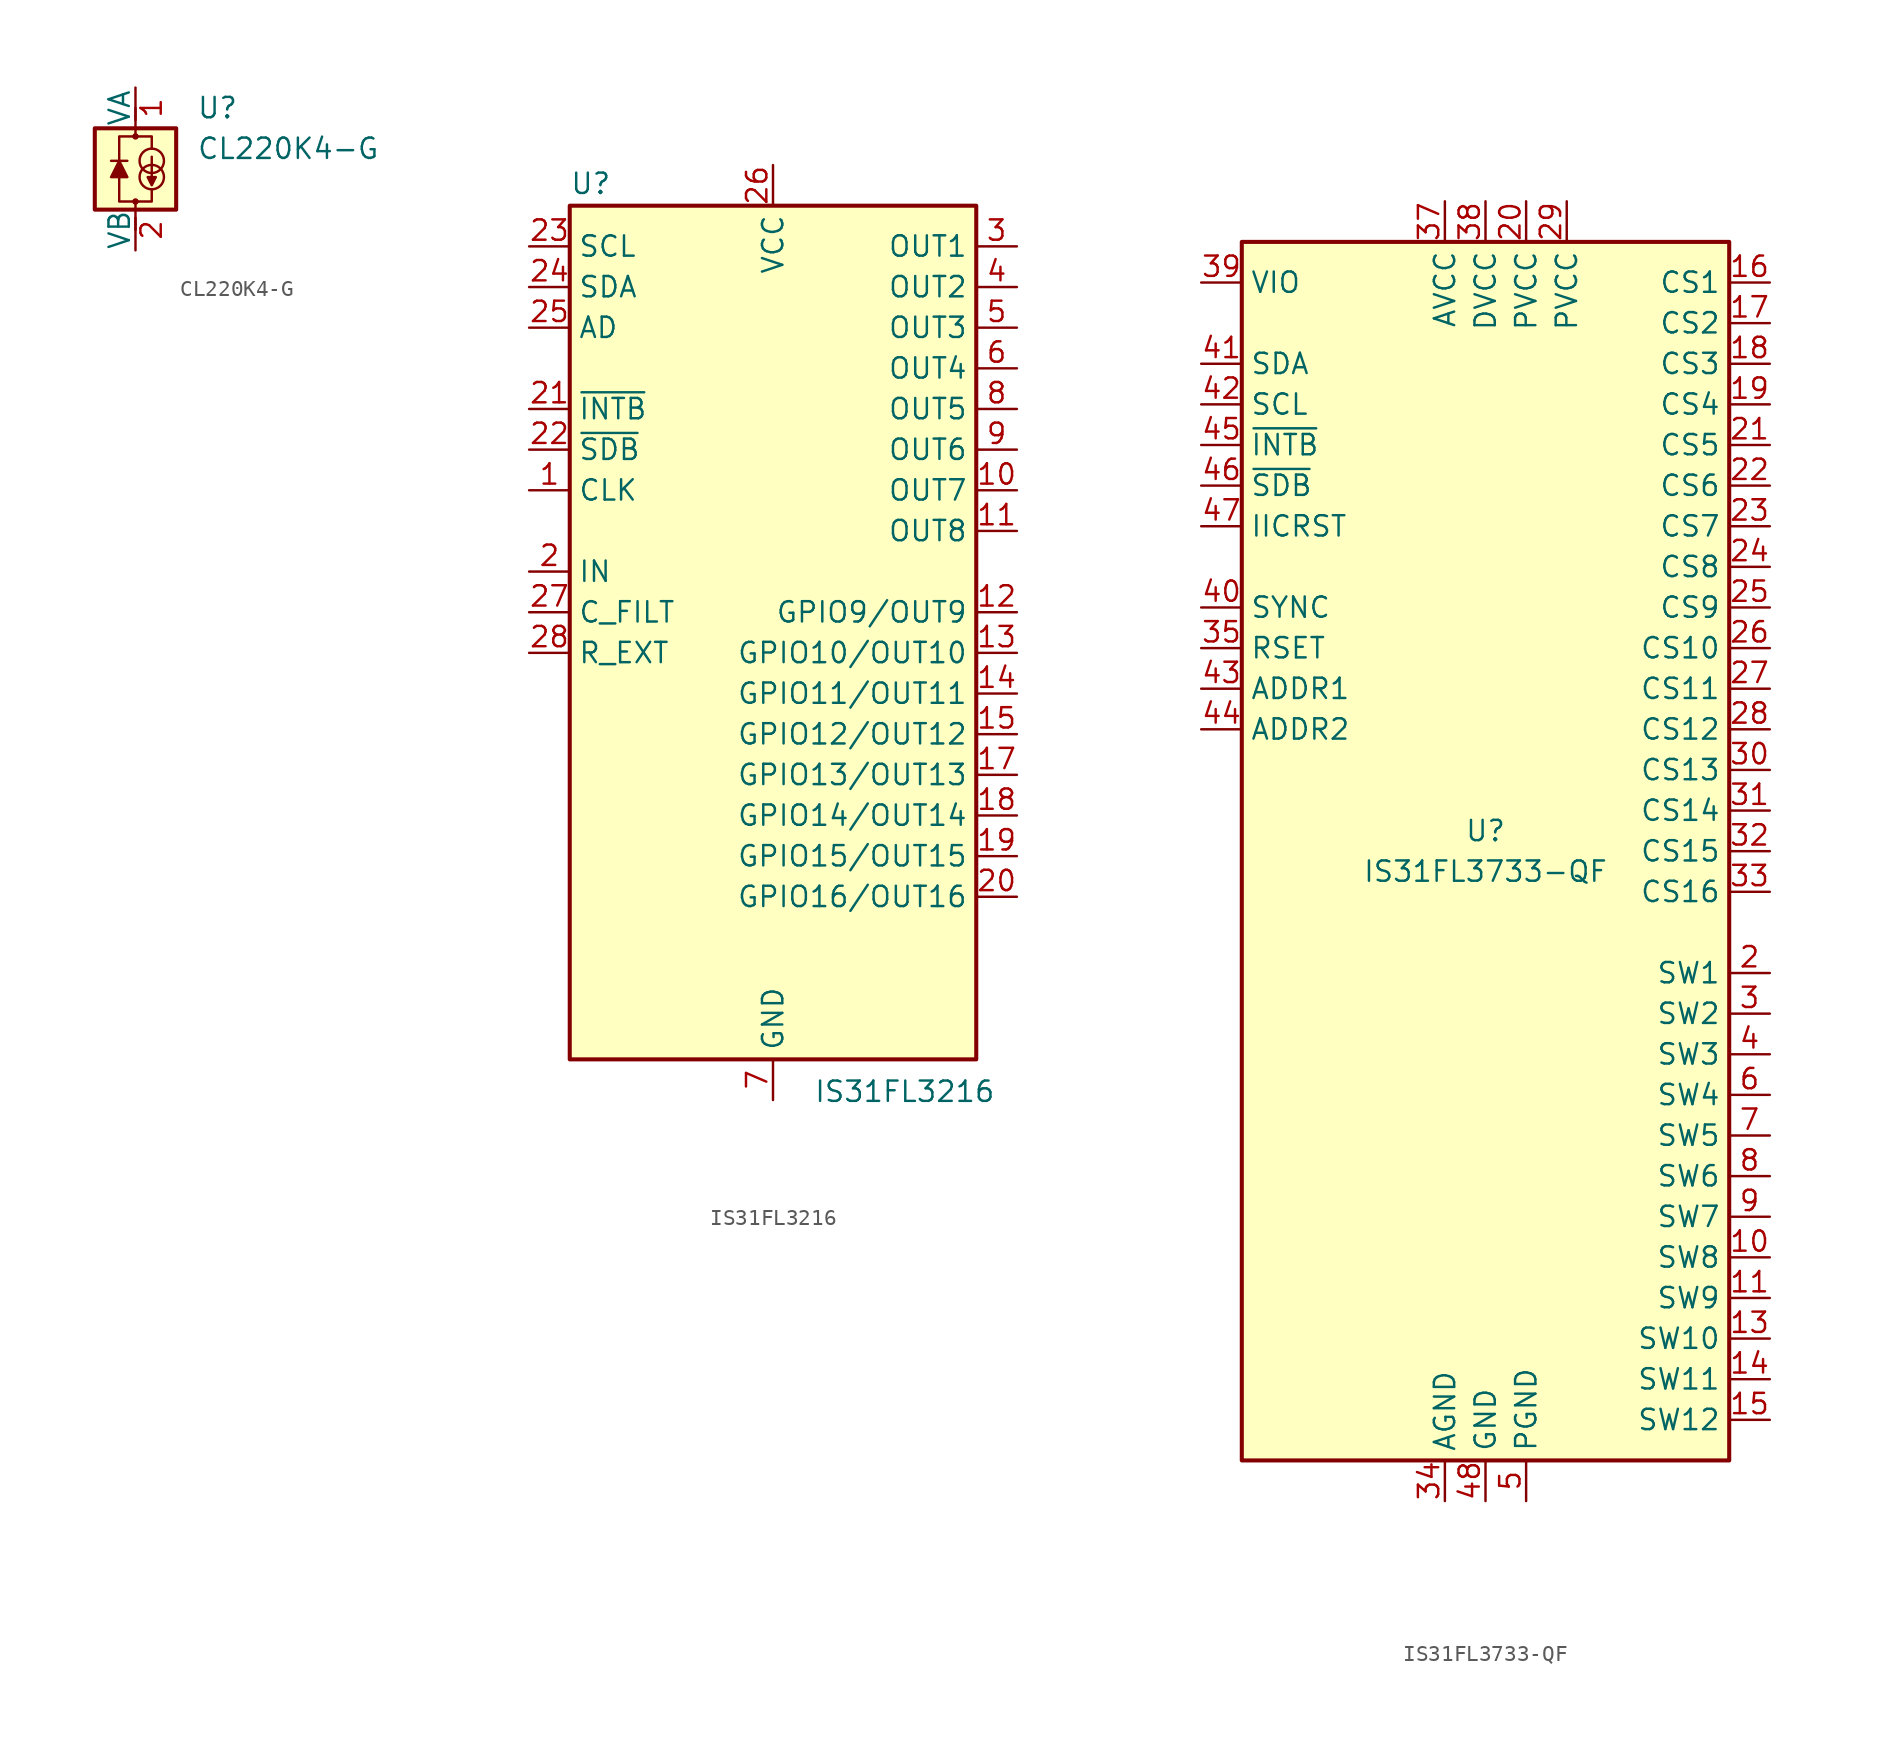
<source format=kicad_sym>
(kicad_symbol_lib
  (version 20201005)
  (generator kicad_symbol_editor)
  (symbol "CL220K4-G"
    (pin_names
      (offset 0))
    (property "Reference" "U"
      (at 3.81 3.81 0)
      (effects (font (size 1.27 1.27)) (justify left)))
    (property "Value" "CL220K4-G"
      (at 3.81 1.27 0)
      (effects (font (size 1.27 1.27)) (justify left)))
    (symbol "CL220K4-G_0_1"
      (circle (center 0 -2.032) (radius 0.127) (stroke (width 0)) (fill (type none)))
      (circle (center 0 2.032) (radius 0.127) (stroke (width 0)) (fill (type none)))
      (circle (center 1.016 -0.508) (radius 0.762) (stroke (width 0)) (fill (type none)))
      (circle (center 1.016 0.508) (radius 0.762) (stroke (width 0)) (fill (type none)))
      (rectangle (start -2.54 2.54) (end 2.54 -2.54) (stroke (width 0.254)) (fill (type background)))
      (polyline (pts (xy -1.524 0.508) (xy -0.508 0.508)) (stroke (width 0)) (fill (type none)))
      (polyline (pts (xy 0 -3.048) (xy 0 -3.81)) (stroke (width 0)) (fill (type none)))
      (polyline (pts (xy 0 -2.032) (xy 0 -2.54)) (stroke (width 0)) (fill (type none)))
      (polyline (pts (xy 0 2.032) (xy 0 2.54)) (stroke (width 0)) (fill (type none)))
      (polyline (pts (xy 0 3.048) (xy 0 3.81)) (stroke (width 0)) (fill (type none)))
      (polyline (pts (xy -1.016 -0.508) (xy -1.016 -2.032) (xy 1.016 -2.032) (xy 1.016 -1.27)) (stroke (width 0)) (fill (type none)))
      (polyline (pts (xy 1.016 1.27) (xy 1.016 2.032) (xy -1.016 2.032) (xy -1.016 0.508)) (stroke (width 0)) (fill (type none)))
      (polyline (pts (xy -1.016 0.508) (xy -1.524 -0.508) (xy -0.508 -0.508) (xy -1.016 0.508)) (stroke (width 0)) (fill (type outline)))
      (polyline (pts (xy 1.016 0.762) (xy 1.016 -1.016) (xy 0.762 -0.508) (xy 1.27 -0.508) (xy 1.016 -1.016)) (stroke (width 0)) (fill (type outline))))
    (symbol "CL220K4-G_1_1"
      (pin input line (at 0 5.08 270) (length 2.54) (name "VA" (effects (font (size 1.27 1.27)))) (number "1" (effects (font (size 1.27 1.27)))))
      (pin input line (at 0 -5.08 90) (length 2.54) (name "VB" (effects (font (size 1.27 1.27)))) (number "2" (effects (font (size 1.27 1.27)))))
      (pin no_connect line (at 0 -2.54 90) (length 2.54) hide (name "NC" (effects (font (size 1.27 1.27)))) (number "3" (effects (font (size 1.27 1.27)))))))
  (symbol "IS31FL3216"
    (property "Reference" "U"
      (at -12.7 23.495 0)
      (effects (font (size 1.27 1.27)) (justify left bottom)))
    (property "Value" "IS31FL3216"
      (at 2.54 -31.75 0)
      (effects (font (size 1.27 1.27)) (justify left top)))
    (symbol "IS31FL3216_0_1"
      (rectangle (start -12.7 22.86) (end 12.7 -30.48) (stroke (width 0.254)) (fill (type background))))
    (symbol "IS31FL3216_1_1"
      (pin bidirectional line (at -15.24 5.08 0) (length 2.54) (name "CLK" (effects (font (size 1.27 1.27)))) (number "1" (effects (font (size 1.27 1.27)))))
      (pin open_collector line (at 15.24 5.08 180) (length 2.54) (name "OUT7" (effects (font (size 1.27 1.27)))) (number "10" (effects (font (size 1.27 1.27)))))
      (pin open_collector line (at 15.24 2.54 180) (length 2.54) (name "OUT8" (effects (font (size 1.27 1.27)))) (number "11" (effects (font (size 1.27 1.27)))))
      (pin bidirectional line (at 15.24 -2.54 180) (length 2.54) (name "GPIO9/OUT9" (effects (font (size 1.27 1.27)))) (number "12" (effects (font (size 1.27 1.27)))))
      (pin bidirectional line (at 15.24 -5.08 180) (length 2.54) (name "GPIO10/OUT10" (effects (font (size 1.27 1.27)))) (number "13" (effects (font (size 1.27 1.27)))))
      (pin bidirectional line (at 15.24 -7.62 180) (length 2.54) (name "GPIO11/OUT11" (effects (font (size 1.27 1.27)))) (number "14" (effects (font (size 1.27 1.27)))))
      (pin bidirectional line (at 15.24 -10.16 180) (length 2.54) (name "GPIO12/OUT12" (effects (font (size 1.27 1.27)))) (number "15" (effects (font (size 1.27 1.27)))))
      (pin passive line (at 0 -33.02 90) (length 2.54) hide (name "GND" (effects (font (size 1.27 1.27)))) (number "16" (effects (font (size 1.27 1.27)))))
      (pin bidirectional line (at 15.24 -12.7 180) (length 2.54) (name "GPIO13/OUT13" (effects (font (size 1.27 1.27)))) (number "17" (effects (font (size 1.27 1.27)))))
      (pin bidirectional line (at 15.24 -15.24 180) (length 2.54) (name "GPIO14/OUT14" (effects (font (size 1.27 1.27)))) (number "18" (effects (font (size 1.27 1.27)))))
      (pin bidirectional line (at 15.24 -17.78 180) (length 2.54) (name "GPIO15/OUT15" (effects (font (size 1.27 1.27)))) (number "19" (effects (font (size 1.27 1.27)))))
      (pin input line (at -15.24 0 0) (length 2.54) (name "IN" (effects (font (size 1.27 1.27)))) (number "2" (effects (font (size 1.27 1.27)))))
      (pin bidirectional line (at 15.24 -20.32 180) (length 2.54) (name "GPIO16/OUT16" (effects (font (size 1.27 1.27)))) (number "20" (effects (font (size 1.27 1.27)))))
      (pin output line (at -15.24 10.16 0) (length 2.54) (name "~INTB" (effects (font (size 1.27 1.27)))) (number "21" (effects (font (size 1.27 1.27)))))
      (pin input line (at -15.24 7.62 0) (length 2.54) (name "~SDB" (effects (font (size 1.27 1.27)))) (number "22" (effects (font (size 1.27 1.27)))))
      (pin input line (at -15.24 20.32 0) (length 2.54) (name "SCL" (effects (font (size 1.27 1.27)))) (number "23" (effects (font (size 1.27 1.27)))))
      (pin bidirectional line (at -15.24 17.78 0) (length 2.54) (name "SDA" (effects (font (size 1.27 1.27)))) (number "24" (effects (font (size 1.27 1.27)))))
      (pin input line (at -15.24 15.24 0) (length 2.54) (name "AD" (effects (font (size 1.27 1.27)))) (number "25" (effects (font (size 1.27 1.27)))))
      (pin power_in line (at 0 25.4 270) (length 2.54) (name "VCC" (effects (font (size 1.27 1.27)))) (number "26" (effects (font (size 1.27 1.27)))))
      (pin passive line (at -15.24 -2.54 0) (length 2.54) (name "C_FILT" (effects (font (size 1.27 1.27)))) (number "27" (effects (font (size 1.27 1.27)))))
      (pin passive line (at -15.24 -5.08 0) (length 2.54) (name "R_EXT" (effects (font (size 1.27 1.27)))) (number "28" (effects (font (size 1.27 1.27)))))
      (pin passive line (at 0 -33.02 90) (length 2.54) hide (name "GND" (effects (font (size 1.27 1.27)))) (number "29" (effects (font (size 1.27 1.27)))))
      (pin open_collector line (at 15.24 20.32 180) (length 2.54) (name "OUT1" (effects (font (size 1.27 1.27)))) (number "3" (effects (font (size 1.27 1.27)))))
      (pin open_collector line (at 15.24 17.78 180) (length 2.54) (name "OUT2" (effects (font (size 1.27 1.27)))) (number "4" (effects (font (size 1.27 1.27)))))
      (pin open_collector line (at 15.24 15.24 180) (length 2.54) (name "OUT3" (effects (font (size 1.27 1.27)))) (number "5" (effects (font (size 1.27 1.27)))))
      (pin open_collector line (at 15.24 12.7 180) (length 2.54) (name "OUT4" (effects (font (size 1.27 1.27)))) (number "6" (effects (font (size 1.27 1.27)))))
      (pin power_in line (at 0 -33.02 90) (length 2.54) (name "GND" (effects (font (size 1.27 1.27)))) (number "7" (effects (font (size 1.27 1.27)))))
      (pin open_collector line (at 15.24 10.16 180) (length 2.54) (name "OUT5" (effects (font (size 1.27 1.27)))) (number "8" (effects (font (size 1.27 1.27)))))
      (pin open_collector line (at 15.24 7.62 180) (length 2.54) (name "OUT6" (effects (font (size 1.27 1.27)))) (number "9" (effects (font (size 1.27 1.27)))))))
  (symbol "IS31FL3733-QF"
    (property "Reference" "U"
      (at 0 1.27 0)
      (effects (font (size 1.27 1.27))))
    (property "Value" "IS31FL3733-QF"
      (at 0 -1.27 0)
      (effects (font (size 1.27 1.27))))
    (symbol "IS31FL3733-QF_0_1"
      (rectangle (start -15.24 38.1) (end 15.24 -38.1) (stroke (width 0.254)) (fill (type background))))
    (symbol "IS31FL3733-QF_1_1"
      (pin no_connect line (at -15.24 -33.02 0) (length 2.54) hide (name "NC" (effects (font (size 1.27 1.27)))) (number "1" (effects (font (size 1.27 1.27)))))
      (pin input line (at 17.78 -25.4 180) (length 2.54) (name "SW8" (effects (font (size 1.27 1.27)))) (number "10" (effects (font (size 1.27 1.27)))))
      (pin input line (at 17.78 -27.94 180) (length 2.54) (name "SW9" (effects (font (size 1.27 1.27)))) (number "11" (effects (font (size 1.27 1.27)))))
      (pin passive line (at 2.54 -40.64 90) (length 2.54) hide (name "PGND" (effects (font (size 1.27 1.27)))) (number "12" (effects (font (size 1.27 1.27)))))
      (pin input line (at 17.78 -30.48 180) (length 2.54) (name "SW10" (effects (font (size 1.27 1.27)))) (number "13" (effects (font (size 1.27 1.27)))))
      (pin input line (at 17.78 -33.02 180) (length 2.54) (name "SW11" (effects (font (size 1.27 1.27)))) (number "14" (effects (font (size 1.27 1.27)))))
      (pin input line (at 17.78 -35.56 180) (length 2.54) (name "SW12" (effects (font (size 1.27 1.27)))) (number "15" (effects (font (size 1.27 1.27)))))
      (pin output line (at 17.78 35.56 180) (length 2.54) (name "CS1" (effects (font (size 1.27 1.27)))) (number "16" (effects (font (size 1.27 1.27)))))
      (pin output line (at 17.78 33.02 180) (length 2.54) (name "CS2" (effects (font (size 1.27 1.27)))) (number "17" (effects (font (size 1.27 1.27)))))
      (pin output line (at 17.78 30.48 180) (length 2.54) (name "CS3" (effects (font (size 1.27 1.27)))) (number "18" (effects (font (size 1.27 1.27)))))
      (pin output line (at 17.78 27.94 180) (length 2.54) (name "CS4" (effects (font (size 1.27 1.27)))) (number "19" (effects (font (size 1.27 1.27)))))
      (pin input line (at 17.78 -7.62 180) (length 2.54) (name "SW1" (effects (font (size 1.27 1.27)))) (number "2" (effects (font (size 1.27 1.27)))))
      (pin power_in line (at 2.54 40.64 270) (length 2.54) (name "PVCC" (effects (font (size 1.27 1.27)))) (number "20" (effects (font (size 1.27 1.27)))))
      (pin output line (at 17.78 25.4 180) (length 2.54) (name "CS5" (effects (font (size 1.27 1.27)))) (number "21" (effects (font (size 1.27 1.27)))))
      (pin output line (at 17.78 22.86 180) (length 2.54) (name "CS6" (effects (font (size 1.27 1.27)))) (number "22" (effects (font (size 1.27 1.27)))))
      (pin output line (at 17.78 20.32 180) (length 2.54) (name "CS7" (effects (font (size 1.27 1.27)))) (number "23" (effects (font (size 1.27 1.27)))))
      (pin output line (at 17.78 17.78 180) (length 2.54) (name "CS8" (effects (font (size 1.27 1.27)))) (number "24" (effects (font (size 1.27 1.27)))))
      (pin output line (at 17.78 15.24 180) (length 2.54) (name "CS9" (effects (font (size 1.27 1.27)))) (number "25" (effects (font (size 1.27 1.27)))))
      (pin output line (at 17.78 12.7 180) (length 2.54) (name "CS10" (effects (font (size 1.27 1.27)))) (number "26" (effects (font (size 1.27 1.27)))))
      (pin output line (at 17.78 10.16 180) (length 2.54) (name "CS11" (effects (font (size 1.27 1.27)))) (number "27" (effects (font (size 1.27 1.27)))))
      (pin output line (at 17.78 7.62 180) (length 2.54) (name "CS12" (effects (font (size 1.27 1.27)))) (number "28" (effects (font (size 1.27 1.27)))))
      (pin power_in line (at 5.08 40.64 270) (length 2.54) (name "PVCC" (effects (font (size 1.27 1.27)))) (number "29" (effects (font (size 1.27 1.27)))))
      (pin input line (at 17.78 -10.16 180) (length 2.54) (name "SW2" (effects (font (size 1.27 1.27)))) (number "3" (effects (font (size 1.27 1.27)))))
      (pin output line (at 17.78 5.08 180) (length 2.54) (name "CS13" (effects (font (size 1.27 1.27)))) (number "30" (effects (font (size 1.27 1.27)))))
      (pin output line (at 17.78 2.54 180) (length 2.54) (name "CS14" (effects (font (size 1.27 1.27)))) (number "31" (effects (font (size 1.27 1.27)))))
      (pin output line (at 17.78 0 180) (length 2.54) (name "CS15" (effects (font (size 1.27 1.27)))) (number "32" (effects (font (size 1.27 1.27)))))
      (pin output line (at 17.78 -2.54 180) (length 2.54) (name "CS16" (effects (font (size 1.27 1.27)))) (number "33" (effects (font (size 1.27 1.27)))))
      (pin power_in line (at -2.54 -40.64 90) (length 2.54) (name "AGND" (effects (font (size 1.27 1.27)))) (number "34" (effects (font (size 1.27 1.27)))))
      (pin passive line (at -17.78 12.7 0) (length 2.54) (name "RSET" (effects (font (size 1.27 1.27)))) (number "35" (effects (font (size 1.27 1.27)))))
      (pin no_connect line (at -15.24 -35.56 0) (length 2.54) hide (name "NC" (effects (font (size 1.27 1.27)))) (number "36" (effects (font (size 1.27 1.27)))))
      (pin power_in line (at -2.54 40.64 270) (length 2.54) (name "AVCC" (effects (font (size 1.27 1.27)))) (number "37" (effects (font (size 1.27 1.27)))))
      (pin power_in line (at 0 40.64 270) (length 2.54) (name "DVCC" (effects (font (size 1.27 1.27)))) (number "38" (effects (font (size 1.27 1.27)))))
      (pin input line (at -17.78 35.56 0) (length 2.54) (name "VIO" (effects (font (size 1.27 1.27)))) (number "39" (effects (font (size 1.27 1.27)))))
      (pin input line (at 17.78 -12.7 180) (length 2.54) (name "SW3" (effects (font (size 1.27 1.27)))) (number "4" (effects (font (size 1.27 1.27)))))
      (pin input line (at -17.78 15.24 0) (length 2.54) (name "SYNC" (effects (font (size 1.27 1.27)))) (number "40" (effects (font (size 1.27 1.27)))))
      (pin bidirectional line (at -17.78 30.48 0) (length 2.54) (name "SDA" (effects (font (size 1.27 1.27)))) (number "41" (effects (font (size 1.27 1.27)))))
      (pin input line (at -17.78 27.94 0) (length 2.54) (name "SCL" (effects (font (size 1.27 1.27)))) (number "42" (effects (font (size 1.27 1.27)))))
      (pin input line (at -17.78 10.16 0) (length 2.54) (name "ADDR1" (effects (font (size 1.27 1.27)))) (number "43" (effects (font (size 1.27 1.27)))))
      (pin input line (at -17.78 7.62 0) (length 2.54) (name "ADDR2" (effects (font (size 1.27 1.27)))) (number "44" (effects (font (size 1.27 1.27)))))
      (pin open_collector line (at -17.78 25.4 0) (length 2.54) (name "~INTB" (effects (font (size 1.27 1.27)))) (number "45" (effects (font (size 1.27 1.27)))))
      (pin input line (at -17.78 22.86 0) (length 2.54) (name "~SDB" (effects (font (size 1.27 1.27)))) (number "46" (effects (font (size 1.27 1.27)))))
      (pin input line (at -17.78 20.32 0) (length 2.54) (name "IICRST" (effects (font (size 1.27 1.27)))) (number "47" (effects (font (size 1.27 1.27)))))
      (pin power_in line (at 0 -40.64 90) (length 2.54) (name "GND" (effects (font (size 1.27 1.27)))) (number "48" (effects (font (size 1.27 1.27)))))
      (pin passive line (at 0 -40.64 90) (length 2.54) hide (name "GND" (effects (font (size 1.27 1.27)))) (number "49" (effects (font (size 1.27 1.27)))))
      (pin power_in line (at 2.54 -40.64 90) (length 2.54) (name "PGND" (effects (font (size 1.27 1.27)))) (number "5" (effects (font (size 1.27 1.27)))))
      (pin input line (at 17.78 -15.24 180) (length 2.54) (name "SW4" (effects (font (size 1.27 1.27)))) (number "6" (effects (font (size 1.27 1.27)))))
      (pin input line (at 17.78 -17.78 180) (length 2.54) (name "SW5" (effects (font (size 1.27 1.27)))) (number "7" (effects (font (size 1.27 1.27)))))
      (pin input line (at 17.78 -20.32 180) (length 2.54) (name "SW6" (effects (font (size 1.27 1.27)))) (number "8" (effects (font (size 1.27 1.27)))))
      (pin input line (at 17.78 -22.86 180) (length 2.54) (name "SW7" (effects (font (size 1.27 1.27)))) (number "9" (effects (font (size 1.27 1.27))))))))
</source>
